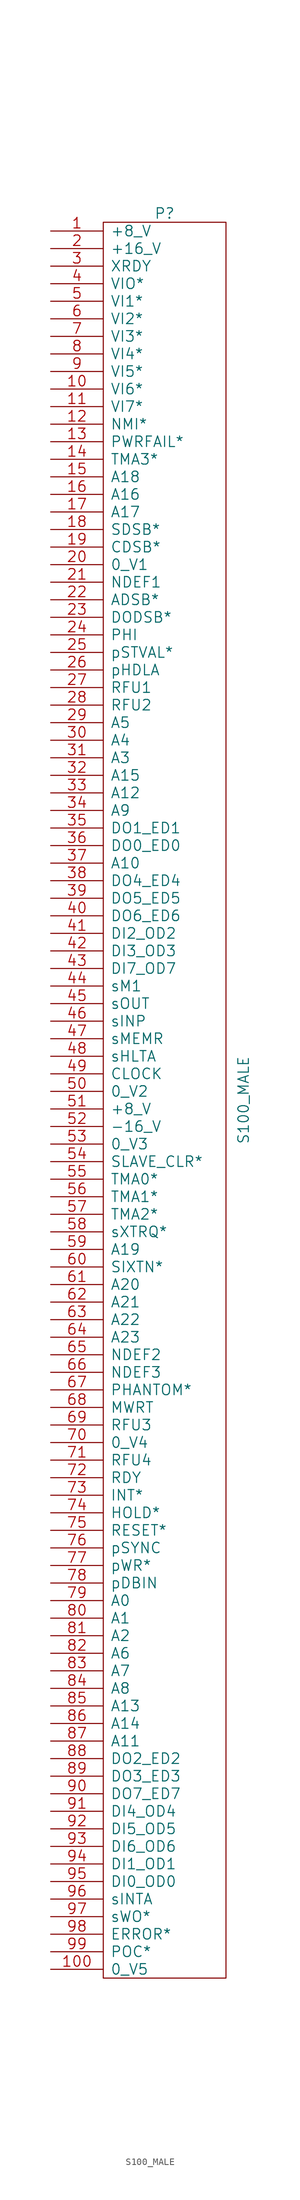
<source format=kicad_sym>
(kicad_symbol_lib
  (version 20220914)
  (generator kicad_symbol_editor)
  (symbol "S100_MALE"
    (pin_names
      (offset 1.016))
    (property "Reference" "P"
      (at 0 128.27 0)
      (effects (font (size 1.524 1.524))))
    (property "Value" "S100_MALE"
      (at 11.43 0 90)
      (effects (font (size 1.524 1.524))))
    (property "Footprint" ""
      (at 0 0 0)
      (effects (font (size 1.524 1.524))))
    (property "Datasheet" ""
      (at 0 0 0)
      (effects (font (size 1.524 1.524))))
    (symbol "S100_MALE_0_1"
      (rectangle (start -8.89 127) (end 8.89 -127) (stroke (width 0) (type solid)) (fill (type none))))
    (symbol "S100_MALE_1_1"
      (pin power_in line (at -16.51 125.73 0) (length 7.62) (name "+8_V" (effects (font (size 1.524 1.524)))) (number "1" (effects (font (size 1.524 1.524)))))
      (pin bidirectional line (at -16.51 102.87 0) (length 7.62) (name "VI6*" (effects (font (size 1.524 1.524)))) (number "10" (effects (font (size 1.524 1.524)))))
      (pin power_in line (at -16.51 -125.73 0) (length 7.62) (name "0_V5" (effects (font (size 1.524 1.524)))) (number "100" (effects (font (size 1.524 1.524)))))
      (pin bidirectional line (at -16.51 100.33 0) (length 7.62) (name "VI7*" (effects (font (size 1.524 1.524)))) (number "11" (effects (font (size 1.524 1.524)))))
      (pin bidirectional line (at -16.51 97.79 0) (length 7.62) (name "NMI*" (effects (font (size 1.524 1.524)))) (number "12" (effects (font (size 1.524 1.524)))))
      (pin bidirectional line (at -16.51 95.25 0) (length 7.62) (name "PWRFAIL*" (effects (font (size 1.524 1.524)))) (number "13" (effects (font (size 1.524 1.524)))))
      (pin bidirectional line (at -16.51 92.71 0) (length 7.62) (name "TMA3*" (effects (font (size 1.524 1.524)))) (number "14" (effects (font (size 1.524 1.524)))))
      (pin bidirectional line (at -16.51 90.17 0) (length 7.62) (name "A18" (effects (font (size 1.524 1.524)))) (number "15" (effects (font (size 1.524 1.524)))))
      (pin bidirectional line (at -16.51 87.63 0) (length 7.62) (name "A16" (effects (font (size 1.524 1.524)))) (number "16" (effects (font (size 1.524 1.524)))))
      (pin bidirectional line (at -16.51 85.09 0) (length 7.62) (name "A17" (effects (font (size 1.524 1.524)))) (number "17" (effects (font (size 1.524 1.524)))))
      (pin bidirectional line (at -16.51 82.55 0) (length 7.62) (name "SDSB*" (effects (font (size 1.524 1.524)))) (number "18" (effects (font (size 1.524 1.524)))))
      (pin bidirectional line (at -16.51 80.01 0) (length 7.62) (name "CDSB*" (effects (font (size 1.524 1.524)))) (number "19" (effects (font (size 1.524 1.524)))))
      (pin power_in line (at -16.51 123.19 0) (length 7.62) (name "+16_V" (effects (font (size 1.524 1.524)))) (number "2" (effects (font (size 1.524 1.524)))))
      (pin bidirectional line (at -16.51 77.47 0) (length 7.62) (name "0_V1" (effects (font (size 1.524 1.524)))) (number "20" (effects (font (size 1.524 1.524)))))
      (pin bidirectional line (at -16.51 74.93 0) (length 7.62) (name "NDEF1" (effects (font (size 1.524 1.524)))) (number "21" (effects (font (size 1.524 1.524)))))
      (pin bidirectional line (at -16.51 72.39 0) (length 7.62) (name "ADSB*" (effects (font (size 1.524 1.524)))) (number "22" (effects (font (size 1.524 1.524)))))
      (pin bidirectional line (at -16.51 69.85 0) (length 7.62) (name "DODSB*" (effects (font (size 1.524 1.524)))) (number "23" (effects (font (size 1.524 1.524)))))
      (pin bidirectional line (at -16.51 67.31 0) (length 7.62) (name "PHI" (effects (font (size 1.524 1.524)))) (number "24" (effects (font (size 1.524 1.524)))))
      (pin bidirectional line (at -16.51 64.77 0) (length 7.62) (name "pSTVAL*" (effects (font (size 1.524 1.524)))) (number "25" (effects (font (size 1.524 1.524)))))
      (pin bidirectional line (at -16.51 62.23 0) (length 7.62) (name "pHDLA" (effects (font (size 1.524 1.524)))) (number "26" (effects (font (size 1.524 1.524)))))
      (pin bidirectional line (at -16.51 59.69 0) (length 7.62) (name "RFU1" (effects (font (size 1.524 1.524)))) (number "27" (effects (font (size 1.524 1.524)))))
      (pin bidirectional line (at -16.51 57.15 0) (length 7.62) (name "RFU2" (effects (font (size 1.524 1.524)))) (number "28" (effects (font (size 1.524 1.524)))))
      (pin bidirectional line (at -16.51 54.61 0) (length 7.62) (name "A5" (effects (font (size 1.524 1.524)))) (number "29" (effects (font (size 1.524 1.524)))))
      (pin bidirectional line (at -16.51 120.65 0) (length 7.62) (name "XRDY" (effects (font (size 1.524 1.524)))) (number "3" (effects (font (size 1.524 1.524)))))
      (pin bidirectional line (at -16.51 52.07 0) (length 7.62) (name "A4" (effects (font (size 1.524 1.524)))) (number "30" (effects (font (size 1.524 1.524)))))
      (pin bidirectional line (at -16.51 49.53 0) (length 7.62) (name "A3" (effects (font (size 1.524 1.524)))) (number "31" (effects (font (size 1.524 1.524)))))
      (pin bidirectional line (at -16.51 46.99 0) (length 7.62) (name "A15" (effects (font (size 1.524 1.524)))) (number "32" (effects (font (size 1.524 1.524)))))
      (pin bidirectional line (at -16.51 44.45 0) (length 7.62) (name "A12" (effects (font (size 1.524 1.524)))) (number "33" (effects (font (size 1.524 1.524)))))
      (pin bidirectional line (at -16.51 41.91 0) (length 7.62) (name "A9" (effects (font (size 1.524 1.524)))) (number "34" (effects (font (size 1.524 1.524)))))
      (pin bidirectional line (at -16.51 39.37 0) (length 7.62) (name "DO1_ED1" (effects (font (size 1.524 1.524)))) (number "35" (effects (font (size 1.524 1.524)))))
      (pin bidirectional line (at -16.51 36.83 0) (length 7.62) (name "DO0_ED0" (effects (font (size 1.524 1.524)))) (number "36" (effects (font (size 1.524 1.524)))))
      (pin bidirectional line (at -16.51 34.29 0) (length 7.62) (name "A10" (effects (font (size 1.524 1.524)))) (number "37" (effects (font (size 1.524 1.524)))))
      (pin bidirectional line (at -16.51 31.75 0) (length 7.62) (name "DO4_ED4" (effects (font (size 1.524 1.524)))) (number "38" (effects (font (size 1.524 1.524)))))
      (pin bidirectional line (at -16.51 29.21 0) (length 7.62) (name "DO5_ED5" (effects (font (size 1.524 1.524)))) (number "39" (effects (font (size 1.524 1.524)))))
      (pin bidirectional line (at -16.51 118.11 0) (length 7.62) (name "VIO*" (effects (font (size 1.524 1.524)))) (number "4" (effects (font (size 1.524 1.524)))))
      (pin bidirectional line (at -16.51 26.67 0) (length 7.62) (name "DO6_ED6" (effects (font (size 1.524 1.524)))) (number "40" (effects (font (size 1.524 1.524)))))
      (pin bidirectional line (at -16.51 24.13 0) (length 7.62) (name "DI2_OD2" (effects (font (size 1.524 1.524)))) (number "41" (effects (font (size 1.524 1.524)))))
      (pin bidirectional line (at -16.51 21.59 0) (length 7.62) (name "DI3_OD3" (effects (font (size 1.524 1.524)))) (number "42" (effects (font (size 1.524 1.524)))))
      (pin bidirectional line (at -16.51 19.05 0) (length 7.62) (name "DI7_OD7" (effects (font (size 1.524 1.524)))) (number "43" (effects (font (size 1.524 1.524)))))
      (pin bidirectional line (at -16.51 16.51 0) (length 7.62) (name "sM1" (effects (font (size 1.524 1.524)))) (number "44" (effects (font (size 1.524 1.524)))))
      (pin bidirectional line (at -16.51 13.97 0) (length 7.62) (name "sOUT" (effects (font (size 1.524 1.524)))) (number "45" (effects (font (size 1.524 1.524)))))
      (pin bidirectional line (at -16.51 11.43 0) (length 7.62) (name "sINP" (effects (font (size 1.524 1.524)))) (number "46" (effects (font (size 1.524 1.524)))))
      (pin bidirectional line (at -16.51 8.89 0) (length 7.62) (name "sMEMR" (effects (font (size 1.524 1.524)))) (number "47" (effects (font (size 1.524 1.524)))))
      (pin bidirectional line (at -16.51 6.35 0) (length 7.62) (name "sHLTA" (effects (font (size 1.524 1.524)))) (number "48" (effects (font (size 1.524 1.524)))))
      (pin bidirectional line (at -16.51 3.81 0) (length 7.62) (name "CLOCK" (effects (font (size 1.524 1.524)))) (number "49" (effects (font (size 1.524 1.524)))))
      (pin bidirectional line (at -16.51 115.57 0) (length 7.62) (name "VI1*" (effects (font (size 1.524 1.524)))) (number "5" (effects (font (size 1.524 1.524)))))
      (pin power_in line (at -16.51 1.27 0) (length 7.62) (name "0_V2" (effects (font (size 1.524 1.524)))) (number "50" (effects (font (size 1.524 1.524)))))
      (pin power_in line (at -16.51 -1.27 0) (length 7.62) (name "+8_V" (effects (font (size 1.524 1.524)))) (number "51" (effects (font (size 1.524 1.524)))))
      (pin power_in line (at -16.51 -3.81 0) (length 7.62) (name "-16_V" (effects (font (size 1.524 1.524)))) (number "52" (effects (font (size 1.524 1.524)))))
      (pin bidirectional line (at -16.51 -6.35 0) (length 7.62) (name "0_V3" (effects (font (size 1.524 1.524)))) (number "53" (effects (font (size 1.524 1.524)))))
      (pin bidirectional line (at -16.51 -8.89 0) (length 7.62) (name "SLAVE_CLR*" (effects (font (size 1.524 1.524)))) (number "54" (effects (font (size 1.524 1.524)))))
      (pin bidirectional line (at -16.51 -11.43 0) (length 7.62) (name "TMA0*" (effects (font (size 1.524 1.524)))) (number "55" (effects (font (size 1.524 1.524)))))
      (pin bidirectional line (at -16.51 -13.97 0) (length 7.62) (name "TMA1*" (effects (font (size 1.524 1.524)))) (number "56" (effects (font (size 1.524 1.524)))))
      (pin bidirectional line (at -16.51 -16.51 0) (length 7.62) (name "TMA2*" (effects (font (size 1.524 1.524)))) (number "57" (effects (font (size 1.524 1.524)))))
      (pin bidirectional line (at -16.51 -19.05 0) (length 7.62) (name "sXTRQ*" (effects (font (size 1.524 1.524)))) (number "58" (effects (font (size 1.524 1.524)))))
      (pin bidirectional line (at -16.51 -21.59 0) (length 7.62) (name "A19" (effects (font (size 1.524 1.524)))) (number "59" (effects (font (size 1.524 1.524)))))
      (pin bidirectional line (at -16.51 113.03 0) (length 7.62) (name "VI2*" (effects (font (size 1.524 1.524)))) (number "6" (effects (font (size 1.524 1.524)))))
      (pin bidirectional line (at -16.51 -24.13 0) (length 7.62) (name "SIXTN*" (effects (font (size 1.524 1.524)))) (number "60" (effects (font (size 1.524 1.524)))))
      (pin bidirectional line (at -16.51 -26.67 0) (length 7.62) (name "A20" (effects (font (size 1.524 1.524)))) (number "61" (effects (font (size 1.524 1.524)))))
      (pin bidirectional line (at -16.51 -29.21 0) (length 7.62) (name "A21" (effects (font (size 1.524 1.524)))) (number "62" (effects (font (size 1.524 1.524)))))
      (pin bidirectional line (at -16.51 -31.75 0) (length 7.62) (name "A22" (effects (font (size 1.524 1.524)))) (number "63" (effects (font (size 1.524 1.524)))))
      (pin bidirectional line (at -16.51 -34.29 0) (length 7.62) (name "A23" (effects (font (size 1.524 1.524)))) (number "64" (effects (font (size 1.524 1.524)))))
      (pin bidirectional line (at -16.51 -36.83 0) (length 7.62) (name "NDEF2" (effects (font (size 1.524 1.524)))) (number "65" (effects (font (size 1.524 1.524)))))
      (pin bidirectional line (at -16.51 -39.37 0) (length 7.62) (name "NDEF3" (effects (font (size 1.524 1.524)))) (number "66" (effects (font (size 1.524 1.524)))))
      (pin bidirectional line (at -16.51 -41.91 0) (length 7.62) (name "PHANTOM*" (effects (font (size 1.524 1.524)))) (number "67" (effects (font (size 1.524 1.524)))))
      (pin bidirectional line (at -16.51 -44.45 0) (length 7.62) (name "MWRT" (effects (font (size 1.524 1.524)))) (number "68" (effects (font (size 1.524 1.524)))))
      (pin bidirectional line (at -16.51 -46.99 0) (length 7.62) (name "RFU3" (effects (font (size 1.524 1.524)))) (number "69" (effects (font (size 1.524 1.524)))))
      (pin bidirectional line (at -16.51 110.49 0) (length 7.62) (name "VI3*" (effects (font (size 1.524 1.524)))) (number "7" (effects (font (size 1.524 1.524)))))
      (pin bidirectional line (at -16.51 -49.53 0) (length 7.62) (name "0_V4" (effects (font (size 1.524 1.524)))) (number "70" (effects (font (size 1.524 1.524)))))
      (pin bidirectional line (at -16.51 -52.07 0) (length 7.62) (name "RFU4" (effects (font (size 1.524 1.524)))) (number "71" (effects (font (size 1.524 1.524)))))
      (pin bidirectional line (at -16.51 -54.61 0) (length 7.62) (name "RDY" (effects (font (size 1.524 1.524)))) (number "72" (effects (font (size 1.524 1.524)))))
      (pin bidirectional line (at -16.51 -57.15 0) (length 7.62) (name "INT*" (effects (font (size 1.524 1.524)))) (number "73" (effects (font (size 1.524 1.524)))))
      (pin bidirectional line (at -16.51 -59.69 0) (length 7.62) (name "HOLD*" (effects (font (size 1.524 1.524)))) (number "74" (effects (font (size 1.524 1.524)))))
      (pin bidirectional line (at -16.51 -62.23 0) (length 7.62) (name "RESET*" (effects (font (size 1.524 1.524)))) (number "75" (effects (font (size 1.524 1.524)))))
      (pin bidirectional line (at -16.51 -64.77 0) (length 7.62) (name "pSYNC" (effects (font (size 1.524 1.524)))) (number "76" (effects (font (size 1.524 1.524)))))
      (pin bidirectional line (at -16.51 -67.31 0) (length 7.62) (name "pWR*" (effects (font (size 1.524 1.524)))) (number "77" (effects (font (size 1.524 1.524)))))
      (pin bidirectional line (at -16.51 -69.85 0) (length 7.62) (name "pDBIN" (effects (font (size 1.524 1.524)))) (number "78" (effects (font (size 1.524 1.524)))))
      (pin bidirectional line (at -16.51 -72.39 0) (length 7.62) (name "A0" (effects (font (size 1.524 1.524)))) (number "79" (effects (font (size 1.524 1.524)))))
      (pin bidirectional line (at -16.51 107.95 0) (length 7.62) (name "VI4*" (effects (font (size 1.524 1.524)))) (number "8" (effects (font (size 1.524 1.524)))))
      (pin bidirectional line (at -16.51 -74.93 0) (length 7.62) (name "A1" (effects (font (size 1.524 1.524)))) (number "80" (effects (font (size 1.524 1.524)))))
      (pin bidirectional line (at -16.51 -77.47 0) (length 7.62) (name "A2" (effects (font (size 1.524 1.524)))) (number "81" (effects (font (size 1.524 1.524)))))
      (pin bidirectional line (at -16.51 -80.01 0) (length 7.62) (name "A6" (effects (font (size 1.524 1.524)))) (number "82" (effects (font (size 1.524 1.524)))))
      (pin bidirectional line (at -16.51 -82.55 0) (length 7.62) (name "A7" (effects (font (size 1.524 1.524)))) (number "83" (effects (font (size 1.524 1.524)))))
      (pin bidirectional line (at -16.51 -85.09 0) (length 7.62) (name "A8" (effects (font (size 1.524 1.524)))) (number "84" (effects (font (size 1.524 1.524)))))
      (pin bidirectional line (at -16.51 -87.63 0) (length 7.62) (name "A13" (effects (font (size 1.524 1.524)))) (number "85" (effects (font (size 1.524 1.524)))))
      (pin bidirectional line (at -16.51 -90.17 0) (length 7.62) (name "A14" (effects (font (size 1.524 1.524)))) (number "86" (effects (font (size 1.524 1.524)))))
      (pin bidirectional line (at -16.51 -92.71 0) (length 7.62) (name "A11" (effects (font (size 1.524 1.524)))) (number "87" (effects (font (size 1.524 1.524)))))
      (pin bidirectional line (at -16.51 -95.25 0) (length 7.62) (name "DO2_ED2" (effects (font (size 1.524 1.524)))) (number "88" (effects (font (size 1.524 1.524)))))
      (pin bidirectional line (at -16.51 -97.79 0) (length 7.62) (name "DO3_ED3" (effects (font (size 1.524 1.524)))) (number "89" (effects (font (size 1.524 1.524)))))
      (pin bidirectional line (at -16.51 105.41 0) (length 7.62) (name "VI5*" (effects (font (size 1.524 1.524)))) (number "9" (effects (font (size 1.524 1.524)))))
      (pin bidirectional line (at -16.51 -100.33 0) (length 7.62) (name "DO7_ED7" (effects (font (size 1.524 1.524)))) (number "90" (effects (font (size 1.524 1.524)))))
      (pin bidirectional line (at -16.51 -102.87 0) (length 7.62) (name "DI4_OD4" (effects (font (size 1.524 1.524)))) (number "91" (effects (font (size 1.524 1.524)))))
      (pin bidirectional line (at -16.51 -105.41 0) (length 7.62) (name "DI5_OD5" (effects (font (size 1.524 1.524)))) (number "92" (effects (font (size 1.524 1.524)))))
      (pin bidirectional line (at -16.51 -107.95 0) (length 7.62) (name "DI6_OD6" (effects (font (size 1.524 1.524)))) (number "93" (effects (font (size 1.524 1.524)))))
      (pin bidirectional line (at -16.51 -110.49 0) (length 7.62) (name "DI1_OD1" (effects (font (size 1.524 1.524)))) (number "94" (effects (font (size 1.524 1.524)))))
      (pin bidirectional line (at -16.51 -113.03 0) (length 7.62) (name "DI0_OD0" (effects (font (size 1.524 1.524)))) (number "95" (effects (font (size 1.524 1.524)))))
      (pin bidirectional line (at -16.51 -115.57 0) (length 7.62) (name "sINTA" (effects (font (size 1.524 1.524)))) (number "96" (effects (font (size 1.524 1.524)))))
      (pin bidirectional line (at -16.51 -118.11 0) (length 7.62) (name "sWO*" (effects (font (size 1.524 1.524)))) (number "97" (effects (font (size 1.524 1.524)))))
      (pin bidirectional line (at -16.51 -120.65 0) (length 7.62) (name "ERROR*" (effects (font (size 1.524 1.524)))) (number "98" (effects (font (size 1.524 1.524)))))
      (pin bidirectional line (at -16.51 -123.19 0) (length 7.62) (name "POC*" (effects (font (size 1.524 1.524)))) (number "99" (effects (font (size 1.524 1.524))))))))
</source>
